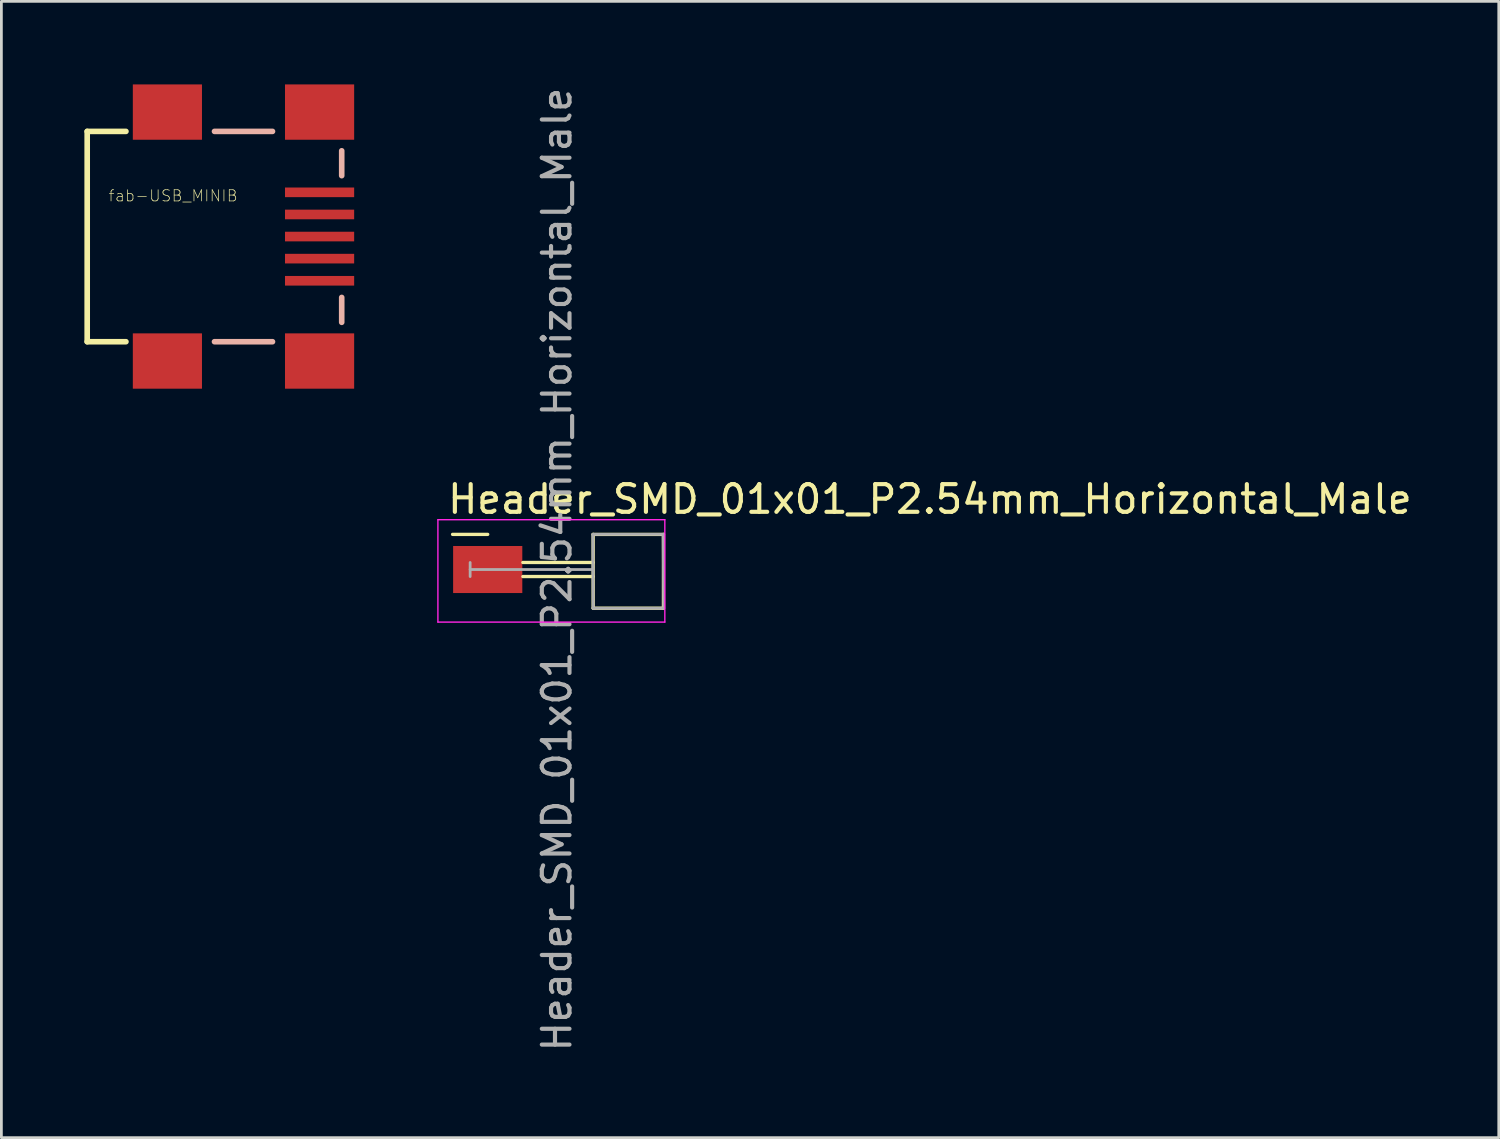
<source format=kicad_pcb>
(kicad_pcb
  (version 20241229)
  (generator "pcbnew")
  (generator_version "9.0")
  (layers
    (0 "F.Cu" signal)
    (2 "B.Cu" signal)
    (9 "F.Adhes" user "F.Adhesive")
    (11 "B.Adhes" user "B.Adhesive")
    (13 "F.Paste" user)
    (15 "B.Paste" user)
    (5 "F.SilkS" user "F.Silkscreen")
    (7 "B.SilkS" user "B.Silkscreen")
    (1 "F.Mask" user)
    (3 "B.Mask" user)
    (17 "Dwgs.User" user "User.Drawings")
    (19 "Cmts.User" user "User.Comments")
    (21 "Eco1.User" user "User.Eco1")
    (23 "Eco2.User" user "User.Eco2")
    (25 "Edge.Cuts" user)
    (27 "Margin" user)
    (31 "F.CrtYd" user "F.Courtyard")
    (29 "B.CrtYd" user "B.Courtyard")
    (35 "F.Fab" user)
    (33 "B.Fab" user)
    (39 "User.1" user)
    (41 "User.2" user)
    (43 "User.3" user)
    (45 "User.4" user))
  (footprint "Header_SMD_01x01_P2.54mm_Horizontal_Male"
    (layer "F.Cu")
    (at 14.574 17.53)
    (property "Reference" "Header_SMD_01x01_P2.54mm_Horizontal_Male" (at -1.524 -2.54 180) (layer "F.SilkS") (effects (font (size 1 1) (thickness 0.15)) (justify left)))
    (attr smd)
    (fp_line (start -1.27 -1.27) (end 0 -1.27) (stroke (width 0.12) (type solid)) (layer "F.SilkS"))
    (fp_line (start 3.81 -1.27) (end 6.35 -1.27) (stroke (width 0.12) (type solid)) (layer "F.SilkS"))
    (fp_line (start 3.81 -0.254) (end 1.27 -0.254) (stroke (width 0.12) (type solid)) (layer "F.SilkS"))
    (fp_line (start 3.81 0.254) (end 1.27 0.254) (stroke (width 0.12) (type solid)) (layer "F.SilkS"))
    (fp_line (start 3.81 1.397) (end 3.81 -1.27) (stroke (width 0.12) (type solid)) (layer "F.SilkS"))
    (fp_line (start 6.35 -1.27) (end 6.35 1.397) (stroke (width 0.12) (type solid)) (layer "F.SilkS"))
    (fp_line (start 6.35 1.397) (end 3.81 1.397) (stroke (width 0.12) (type solid)) (layer "F.SilkS"))
    (fp_line (start -1.8 -1.8) (end -1.8 1.9) (stroke (width 0.05) (type solid)) (layer "F.CrtYd"))
    (fp_line (start -1.8 1.9) (end 6.4 1.9) (stroke (width 0.05) (type solid)) (layer "F.CrtYd"))
    (fp_line (start 6.4 -1.8) (end -1.8 -1.8) (stroke (width 0.05) (type solid)) (layer "F.CrtYd"))
    (fp_line (start 6.4 1.9) (end 6.4 -1.8) (stroke (width 0.05) (type solid)) (layer "F.CrtYd"))
    (fp_line (start -0.635 -0.254) (end -0.635 0.254) (stroke (width 0.1) (type solid)) (layer "F.Fab"))
    (fp_line (start 3.8 -1.27) (end 6.34 -1.27) (stroke (width 0.1) (type solid)) (layer "F.Fab"))
    (fp_line (start 3.81 0) (end -0.635 0) (stroke (width 0.1) (type solid)) (layer "F.Fab"))
    (fp_line (start 3.81 1.4) (end 3.8 -1.27) (stroke (width 0.1) (type solid)) (layer "F.Fab"))
    (fp_line (start 3.81 1.4) (end 6.36 1.4) (stroke (width 0.1) (type solid)) (layer "F.Fab"))
    (fp_line (start 6.34 -1.27) (end 6.36 1.4) (stroke (width 0.1) (type solid)) (layer "F.Fab"))
    (fp_text user "${REFERENCE}" (at 2.5 0 90) (layer "F.Fab") (effects (font (size 1 1) (thickness 0.15))))
    (pad "1" smd rect (at 0 0) (size 2.5 1.7) (layers "F.Cu" "F.Mask" "F.Paste")))
  (footprint "fab-USB_MINIB"
    (layer "F.Cu")
    (at 4.729 5.498)
    (property "Reference" "fab-USB_MINIB" (at -1.524 -1.473 0) (layer "F.SilkS") (effects (font (size 0.406 0.406) (thickness 0.025))))
    (attr smd)
    (fp_line (start -4.628 -3.8) (end -4.628 3.8) (stroke (width 0.203) (type solid)) (layer "F.SilkS"))
    (fp_line (start -4.628 -3.8) (end -3.228 -3.8) (stroke (width 0.203) (type solid)) (layer "F.SilkS"))
    (fp_line (start -4.628 3.8) (end -3.228 3.8) (stroke (width 0.203) (type solid)) (layer "F.SilkS"))
    (fp_line (start -0.028 -3.8) (end 2.068 -3.8) (stroke (width 0.203) (type solid)) (layer "B.SilkS"))
    (fp_line (start 2.068 3.8) (end -0.028 3.8) (stroke (width 0.203) (type solid)) (layer "B.SilkS"))
    (fp_line (start 4.569 -3.099) (end 4.569 -2.2) (stroke (width 0.203) (type solid)) (layer "B.SilkS"))
    (fp_line (start 4.569 2.2) (end 4.569 3.099) (stroke (width 0.203) (type solid)) (layer "B.SilkS"))
    (pad "D+" smd rect (at 3.769 0) (size 2.499 0.348) (layers "F.Cu" "F.Mask" "F.Paste"))
    (pad "D-" smd rect (at 3.769 -0.798) (size 2.499 0.348) (layers "F.Cu" "F.Mask" "F.Paste"))
    (pad "GND" smd rect (at 3.769 1.598) (size 2.499 0.348) (layers "F.Cu" "F.Mask" "F.Paste"))
    (pad "ID" smd rect (at 3.769 0.798) (size 2.499 0.348) (layers "F.Cu" "F.Mask" "F.Paste"))
    (pad "SHIELD@1" smd rect (at -1.73 4.498) (size 2.499 1.999) (layers "F.Cu" "F.Mask" "F.Paste"))
    (pad "SHIELD@2" smd rect (at -1.73 -4.498) (size 2.499 1.999) (layers "F.Cu" "F.Mask" "F.Paste"))
    (pad "SHIELD@3" smd rect (at 3.769 -4.498) (size 2.499 1.999) (layers "F.Cu" "F.Mask" "F.Paste"))
    (pad "SHIELD@4" smd rect (at 3.769 4.498) (size 2.499 1.999) (layers "F.Cu" "F.Mask" "F.Paste"))
    (pad "VBUS" smd rect (at 3.769 -1.598) (size 2.499 0.348) (layers "F.Cu" "F.Mask" "F.Paste")))
  (gr_rect
    (start -3 -3)
    (end 51.109 38.06)
    (stroke (width 0.1) (type default))
    (fill no)
    (layer "Edge.Cuts")))
</source>
